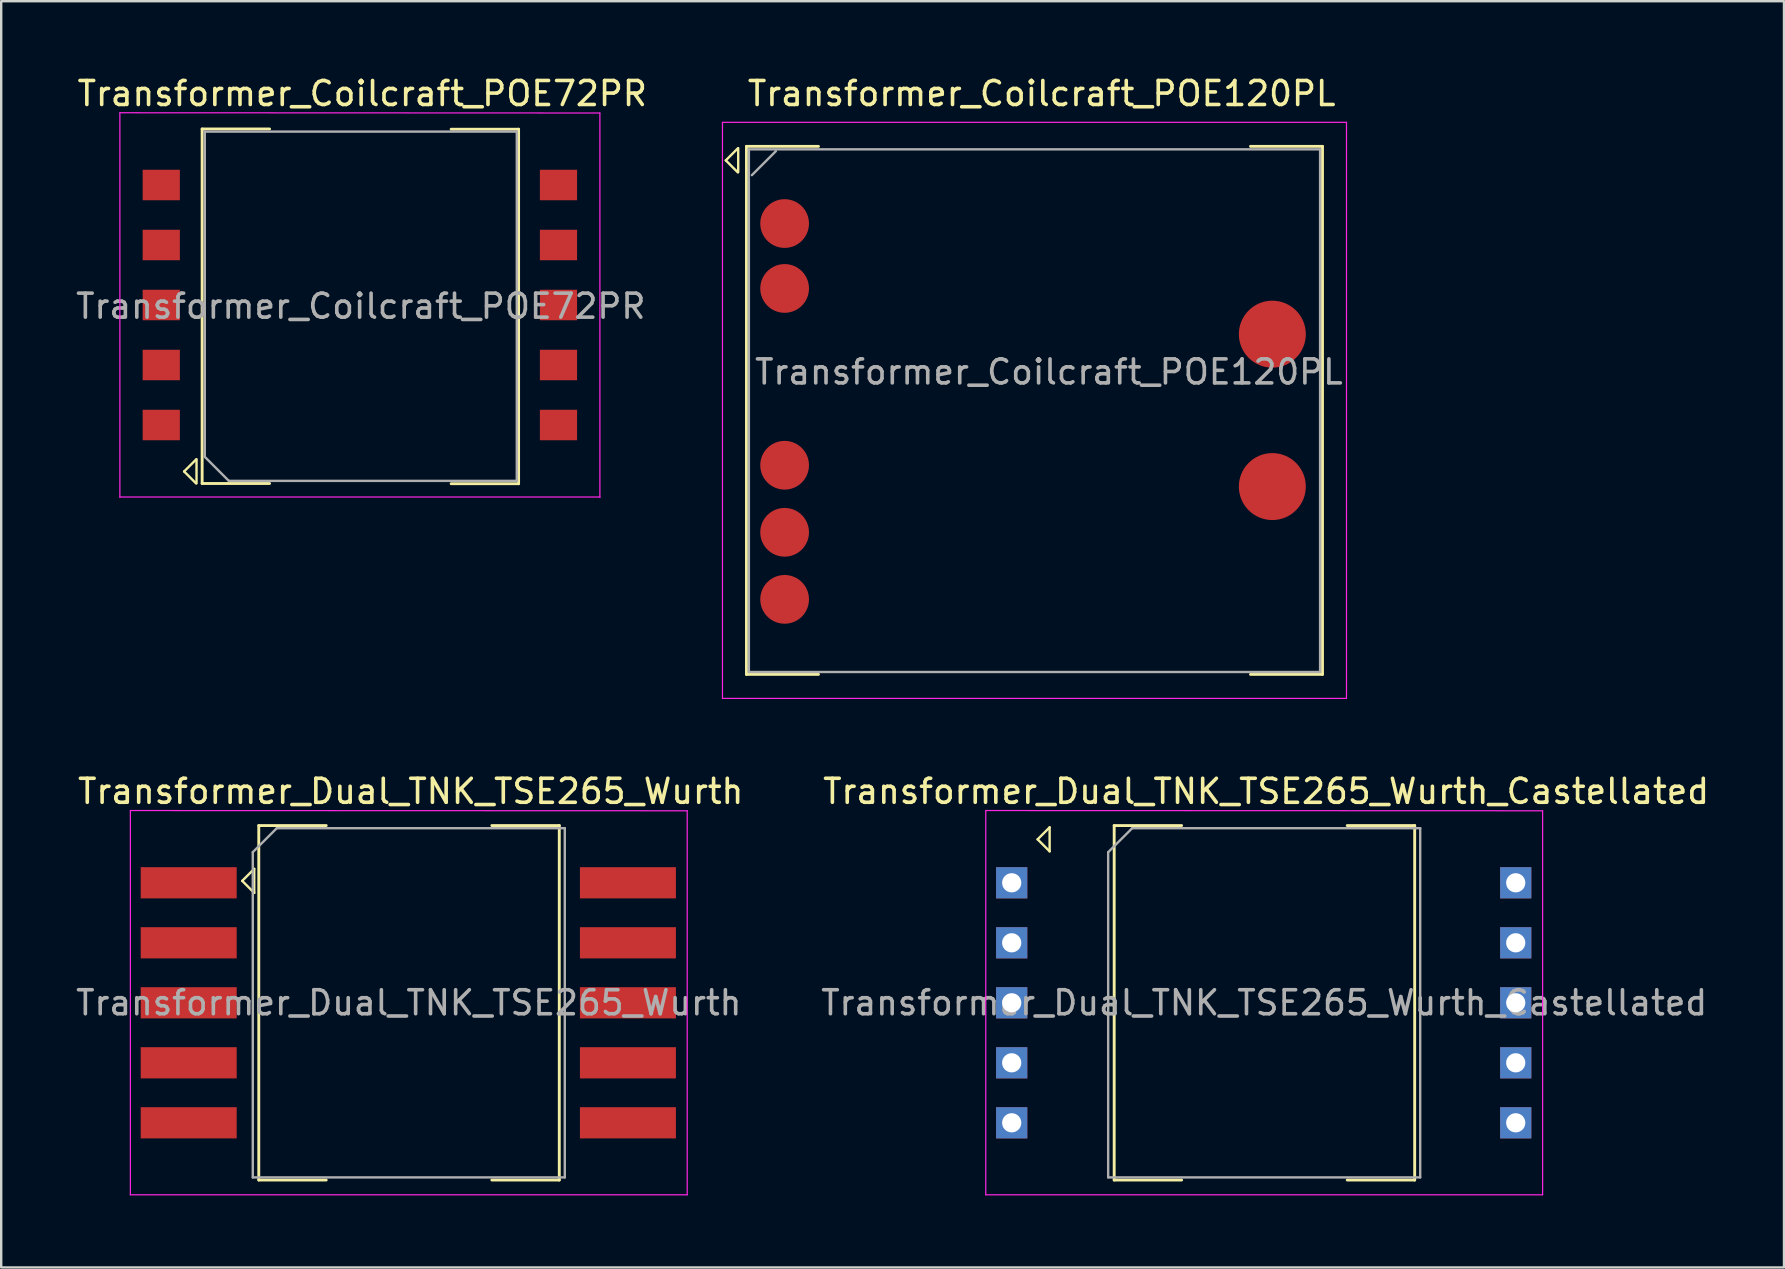
<source format=kicad_pcb>
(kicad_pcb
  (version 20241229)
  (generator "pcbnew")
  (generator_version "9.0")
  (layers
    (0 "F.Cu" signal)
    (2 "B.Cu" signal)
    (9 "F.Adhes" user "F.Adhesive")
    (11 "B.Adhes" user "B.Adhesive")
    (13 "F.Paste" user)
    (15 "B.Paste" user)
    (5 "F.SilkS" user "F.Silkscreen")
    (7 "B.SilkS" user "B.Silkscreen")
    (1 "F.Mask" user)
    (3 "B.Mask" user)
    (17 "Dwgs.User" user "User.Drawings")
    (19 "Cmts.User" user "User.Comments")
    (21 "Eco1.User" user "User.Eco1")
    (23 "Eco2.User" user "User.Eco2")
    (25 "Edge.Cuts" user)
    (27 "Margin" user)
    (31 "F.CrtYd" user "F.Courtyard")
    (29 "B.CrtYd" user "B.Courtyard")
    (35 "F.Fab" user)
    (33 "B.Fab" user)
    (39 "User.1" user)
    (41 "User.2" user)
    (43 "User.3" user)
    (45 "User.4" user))
  (footprint "Transformer_Coilcraft_POE120PL"
    (layer "F.Cu")
    (at 40.051 14.048)
    (property "Reference" "Transformer_Coilcraft_POE120PL" (at 0.3 -13.2 0) (layer "F.SilkS") (effects (font (size 1 1) (thickness 0.15))))
    (attr smd)
    (fp_line (start -12.861 -10.416) (end -12.361 -10.916) (stroke (width 0.1) (type solid)) (layer "F.SilkS"))
    (fp_line (start -12.361 -9.916) (end -12.861 -10.416) (stroke (width 0.1) (type solid)) (layer "F.SilkS"))
    (fp_line (start -12.344 -9.926) (end -12.344 -10.926) (stroke (width 0.1) (type solid)) (layer "F.SilkS"))
    (fp_line (start -12 -11) (end -12 11) (stroke (width 0.12) (type solid)) (layer "F.SilkS"))
    (fp_line (start -12 -11) (end -9 -11) (stroke (width 0.12) (type solid)) (layer "F.SilkS"))
    (fp_line (start -9 11) (end -12 11) (stroke (width 0.12) (type solid)) (layer "F.SilkS"))
    (fp_line (start 9 -11) (end 12 -11) (stroke (width 0.12) (type solid)) (layer "F.SilkS"))
    (fp_line (start 9 11) (end 12 11) (stroke (width 0.12) (type solid)) (layer "F.SilkS"))
    (fp_line (start 12 11) (end 12 -11) (stroke (width 0.12) (type solid)) (layer "F.SilkS"))
    (fp_line (start -13 12) (end -13 -12) (stroke (width 0.05) (type solid)) (layer "F.CrtYd"))
    (fp_line (start -13 12) (end 13 12) (stroke (width 0.05) (type solid)) (layer "F.CrtYd"))
    (fp_line (start 13 -12) (end -13 -12) (stroke (width 0.05) (type solid)) (layer "F.CrtYd"))
    (fp_line (start 13 12) (end 13 -12) (stroke (width 0.05) (type solid)) (layer "F.CrtYd"))
    (fp_line (start -11.9 10.9) (end -11.9 -10.875) (stroke (width 0.1) (type solid)) (layer "F.Fab"))
    (fp_line (start -10.775 -10.8) (end -11.775 -9.8) (stroke (width 0.1) (type solid)) (layer "F.Fab"))
    (fp_line (start 11.9 -10.875) (end -11.9 -10.875) (stroke (width 0.1) (type solid)) (layer "F.Fab"))
    (fp_line (start 11.9 -10.875) (end 11.9 10.9) (stroke (width 0.1) (type solid)) (layer "F.Fab"))
    (fp_line (start 11.9 10.9) (end -11.9 10.9) (stroke (width 0.1) (type solid)) (layer "F.Fab"))
    (fp_text user "${REFERENCE}" (at 0.6 -1.6 0) (layer "F.Fab") (effects (font (size 1 1) (thickness 0.15))))
    (pad "1" smd circle (at -10.41 -7.784 180) (size 2.03 2.03) (layers "F.Cu" "F.Mask" "F.Paste"))
    (pad "2" smd circle (at -10.41 -5.08 180) (size 2.03 2.03) (layers "F.Cu" "F.Mask" "F.Paste"))
    (pad "4" smd circle (at -10.41 2.286 180) (size 2.03 2.03) (layers "F.Cu" "F.Mask" "F.Paste"))
    (pad "5" smd circle (at -10.41 5.08 180) (size 2.03 2.03) (layers "F.Cu" "F.Mask" "F.Paste"))
    (pad "6" smd circle (at -10.41 7.874 180) (size 2.03 2.03) (layers "F.Cu" "F.Mask" "F.Paste"))
    (pad "8" smd circle (at 9.91 3.175 180) (size 2.79 2.79) (layers "F.Cu" "F.Mask" "F.Paste"))
    (pad "10" smd circle (at 9.91 -3.175 180) (size 2.79 2.79) (layers "F.Cu" "F.Mask" "F.Paste")))
  (footprint "Transformer_Dual_TNK_TSE265_Wurth_Castellated"
    (layer "F.Cu")
    (at 49.602 38.731)
    (property "Reference" "Transformer_Dual_TNK_TSE265_Wurth_Castellated" (at 0.1 -8.81 0) (layer "F.SilkS") (effects (font (size 1 1) (thickness 0.15))))
    (attr smd)
    (fp_line (start -9.42 -6.81) (end -8.92 -7.31) (stroke (width 0.1) (type solid)) (layer "F.SilkS"))
    (fp_line (start -8.92 -7.31) (end -8.92 -6.31) (stroke (width 0.1) (type solid)) (layer "F.SilkS"))
    (fp_line (start -8.92 -6.31) (end -9.42 -6.81) (stroke (width 0.1) (type solid)) (layer "F.SilkS"))
    (fp_line (start -6.23 7.385) (end -6.23 -7.385) (stroke (width 0.12) (type solid)) (layer "F.SilkS"))
    (fp_line (start -3.42 -7.385) (end -6.23 -7.385) (stroke (width 0.12) (type solid)) (layer "F.SilkS"))
    (fp_line (start -3.42 7.385) (end -6.23 7.385) (stroke (width 0.12) (type solid)) (layer "F.SilkS"))
    (fp_line (start 3.48 -7.385) (end 6.29 -7.385) (stroke (width 0.12) (type solid)) (layer "F.SilkS"))
    (fp_line (start 3.48 7.385) (end 6.29 7.385) (stroke (width 0.12) (type solid)) (layer "F.SilkS"))
    (fp_line (start 6.29 7.385) (end 6.29 -7.385) (stroke (width 0.12) (type solid)) (layer "F.SilkS"))
    (fp_line (start -11.58 -8.01) (end -11.58 8) (stroke (width 0.05) (type solid)) (layer "F.CrtYd"))
    (fp_line (start -11.58 8) (end 11.62 8) (stroke (width 0.05) (type solid)) (layer "F.CrtYd"))
    (fp_line (start 11.62 -8) (end -11.58 -8.01) (stroke (width 0.05) (type solid)) (layer "F.CrtYd"))
    (fp_line (start 11.62 -8) (end 11.62 8) (stroke (width 0.05) (type solid)) (layer "F.CrtYd"))
    (fp_line (start -6.48 -6.275) (end -6.48 7.275) (stroke (width 0.1) (type solid)) (layer "F.Fab"))
    (fp_line (start -6.48 -6.275) (end -5.48 -7.275) (stroke (width 0.1) (type solid)) (layer "F.Fab"))
    (fp_line (start -6.48 7.275) (end 6.52 7.275) (stroke (width 0.1) (type solid)) (layer "F.Fab"))
    (fp_line (start -5.48 -7.275) (end 6.52 -7.275) (stroke (width 0.1) (type solid)) (layer "F.Fab"))
    (fp_line (start 6.52 7.275) (end 6.52 -7.275) (stroke (width 0.1) (type solid)) (layer "F.Fab"))
    (fp_text user "${REFERENCE}" (at 0.02 0 0) (layer "F.Fab") (effects (font (size 1 1) (thickness 0.15))))
    (pad "1" thru_hole rect (at -10.5 -5) (size 1.3 1.3) (drill 0.8) (layers "*.Cu" "*.Mask"))
    (pad "2" thru_hole rect (at -10.5 -2.5) (size 1.3 1.3) (drill 0.8) (layers "*.Cu" "*.Mask"))
    (pad "3" thru_hole rect (at -10.5 0) (size 1.3 1.3) (drill 0.8) (layers "*.Cu" "*.Mask"))
    (pad "4" thru_hole rect (at -10.5 2.5) (size 1.3 1.3) (drill 0.8) (layers "*.Cu" "*.Mask"))
    (pad "5" thru_hole rect (at -10.5 5) (size 1.3 1.3) (drill 0.8) (layers "*.Cu" "*.Mask"))
    (pad "6" thru_hole rect (at 10.5 5) (size 1.3 1.3) (drill 0.8) (layers "*.Cu" "*.Mask"))
    (pad "7" thru_hole rect (at 10.5 2.5) (size 1.3 1.3) (drill 0.8) (layers "*.Cu" "*.Mask"))
    (pad "8" thru_hole rect (at 10.5 0) (size 1.3 1.3) (drill 0.8) (layers "*.Cu" "*.Mask"))
    (pad "9" thru_hole rect (at 10.5 -2.5) (size 1.3 1.3) (drill 0.8) (layers "*.Cu" "*.Mask"))
    (pad "10" thru_hole rect (at 10.5 -5) (size 1.3 1.3) (drill 0.8) (layers "*.Cu" "*.Mask")))
  (footprint "Transformer_Dual_TNK_TSE265_Wurth"
    (layer "F.Cu")
    (at 13.962 38.731)
    (property "Reference" "Transformer_Dual_TNK_TSE265_Wurth" (at 0.1 -8.81 0) (layer "F.SilkS") (effects (font (size 1 1) (thickness 0.15))))
    (attr smd)
    (fp_line (start -6.92 -5.08) (end -6.42 -5.58) (stroke (width 0.1) (type solid)) (layer "F.SilkS"))
    (fp_line (start -6.42 -5.58) (end -6.42 -4.58) (stroke (width 0.1) (type solid)) (layer "F.SilkS"))
    (fp_line (start -6.42 -4.58) (end -6.92 -5.08) (stroke (width 0.1) (type solid)) (layer "F.SilkS"))
    (fp_line (start -6.23 7.385) (end -6.23 -7.385) (stroke (width 0.12) (type solid)) (layer "F.SilkS"))
    (fp_line (start -3.42 -7.385) (end -6.23 -7.385) (stroke (width 0.12) (type solid)) (layer "F.SilkS"))
    (fp_line (start -3.42 7.385) (end -6.23 7.385) (stroke (width 0.12) (type solid)) (layer "F.SilkS"))
    (fp_line (start 3.48 -7.385) (end 6.29 -7.385) (stroke (width 0.12) (type solid)) (layer "F.SilkS"))
    (fp_line (start 3.48 7.385) (end 6.29 7.385) (stroke (width 0.12) (type solid)) (layer "F.SilkS"))
    (fp_line (start 6.29 7.385) (end 6.29 -7.385) (stroke (width 0.12) (type solid)) (layer "F.SilkS"))
    (fp_line (start -11.58 -8.01) (end -11.58 8) (stroke (width 0.05) (type solid)) (layer "F.CrtYd"))
    (fp_line (start -11.58 8) (end 11.62 8) (stroke (width 0.05) (type solid)) (layer "F.CrtYd"))
    (fp_line (start 11.62 -8) (end -11.58 -8.01) (stroke (width 0.05) (type solid)) (layer "F.CrtYd"))
    (fp_line (start 11.62 -8) (end 11.62 8) (stroke (width 0.05) (type solid)) (layer "F.CrtYd"))
    (fp_line (start -6.48 -6.275) (end -6.48 7.275) (stroke (width 0.1) (type solid)) (layer "F.Fab"))
    (fp_line (start -6.48 -6.275) (end -5.48 -7.275) (stroke (width 0.1) (type solid)) (layer "F.Fab"))
    (fp_line (start -6.48 7.275) (end 6.52 7.275) (stroke (width 0.1) (type solid)) (layer "F.Fab"))
    (fp_line (start -5.48 -7.275) (end 6.52 -7.275) (stroke (width 0.1) (type solid)) (layer "F.Fab"))
    (fp_line (start 6.52 7.275) (end 6.52 -7.275) (stroke (width 0.1) (type solid)) (layer "F.Fab"))
    (fp_text user "${REFERENCE}" (at 0.02 0 0) (layer "F.Fab") (effects (font (size 1 1) (thickness 0.15))))
    (pad "1" smd rect (at -9.15 -5) (size 4 1.3) (layers "F.Cu" "F.Mask" "F.Paste"))
    (pad "2" smd rect (at -9.15 -2.5) (size 4 1.3) (layers "F.Cu" "F.Mask" "F.Paste"))
    (pad "3" smd rect (at -9.15 0) (size 4 1.3) (layers "F.Cu" "F.Mask" "F.Paste"))
    (pad "4" smd rect (at -9.15 2.5) (size 4 1.3) (layers "F.Cu" "F.Mask" "F.Paste"))
    (pad "5" smd rect (at -9.15 5) (size 4 1.3) (layers "F.Cu" "F.Mask" "F.Paste"))
    (pad "6" smd rect (at 9.15 5) (size 4 1.3) (layers "F.Cu" "F.Mask" "F.Paste"))
    (pad "7" smd rect (at 9.15 2.5) (size 4 1.3) (layers "F.Cu" "F.Mask" "F.Paste"))
    (pad "8" smd rect (at 9.15 0) (size 4 1.3) (layers "F.Cu" "F.Mask" "F.Paste"))
    (pad "9" smd rect (at 9.15 -2.5) (size 4 1.3) (layers "F.Cu" "F.Mask" "F.Paste"))
    (pad "10" smd rect (at 9.15 -5) (size 4 1.3) (layers "F.Cu" "F.Mask" "F.Paste")))
  (footprint "Transformer_Coilcraft_POE72PR"
    (layer "F.Cu")
    (at 11.944 9.658)
    (property "Reference" "Transformer_Coilcraft_POE72PR" (at 0.1 -8.81 0) (layer "F.SilkS") (effects (font (size 1 1) (thickness 0.15))))
    (attr smd)
    (fp_line (start -7.323 6.935) (end -6.823 6.435) (stroke (width 0.1) (type solid)) (layer "F.SilkS"))
    (fp_line (start -6.823 7.435) (end -7.323 6.935) (stroke (width 0.1) (type solid)) (layer "F.SilkS"))
    (fp_line (start -6.806 7.425) (end -6.806 6.425) (stroke (width 0.1) (type solid)) (layer "F.SilkS"))
    (fp_line (start -6.572 -7.334) (end -6.572 7.436) (stroke (width 0.12) (type solid)) (layer "F.SilkS"))
    (fp_line (start -3.762 -7.334) (end -6.572 -7.334) (stroke (width 0.12) (type solid)) (layer "F.SilkS"))
    (fp_line (start -3.762 7.436) (end -6.572 7.436) (stroke (width 0.12) (type solid)) (layer "F.SilkS"))
    (fp_line (start 3.803 -7.324) (end 6.613 -7.324) (stroke (width 0.12) (type solid)) (layer "F.SilkS"))
    (fp_line (start 3.803 7.446) (end 6.613 7.446) (stroke (width 0.12) (type solid)) (layer "F.SilkS"))
    (fp_line (start 6.613 7.446) (end 6.613 -7.324) (stroke (width 0.12) (type solid)) (layer "F.SilkS"))
    (fp_line (start -10 -8.01) (end -10 8.01) (stroke (width 0.05) (type solid)) (layer "F.CrtYd"))
    (fp_line (start -10 8) (end 10 8) (stroke (width 0.05) (type solid)) (layer "F.CrtYd"))
    (fp_line (start 10 -8) (end -10 -8.01) (stroke (width 0.05) (type solid)) (layer "F.CrtYd"))
    (fp_line (start 10 -8) (end 10 8.02) (stroke (width 0.05) (type solid)) (layer "F.CrtYd"))
    (fp_line (start -6.462 -7.224) (end 6.538 -7.224) (stroke (width 0.1) (type solid)) (layer "F.Fab"))
    (fp_line (start -6.462 6.326) (end -6.462 -7.224) (stroke (width 0.1) (type solid)) (layer "F.Fab"))
    (fp_line (start -6.462 6.326) (end -5.462 7.326) (stroke (width 0.1) (type solid)) (layer "F.Fab"))
    (fp_line (start -5.462 7.326) (end 6.538 7.326) (stroke (width 0.1) (type solid)) (layer "F.Fab"))
    (fp_line (start 6.538 -7.224) (end 6.538 7.326) (stroke (width 0.1) (type solid)) (layer "F.Fab"))
    (fp_text user "${REFERENCE}" (at 0.038 0.051 180) (layer "F.Fab") (effects (font (size 1 1) (thickness 0.15))))
    (pad "1" smd rect (at -8.275 5) (size 1.55 1.27) (layers "F.Cu" "F.Mask" "F.Paste"))
    (pad "2" smd rect (at -8.275 2.5) (size 1.55 1.27) (layers "F.Cu" "F.Mask" "F.Paste"))
    (pad "3" smd rect (at -8.275 0) (size 1.55 1.27) (layers "F.Cu" "F.Mask" "F.Paste"))
    (pad "4" smd rect (at -8.275 -2.5) (size 1.55 1.27) (layers "F.Cu" "F.Mask" "F.Paste"))
    (pad "5" smd rect (at -8.275 -5) (size 1.55 1.27) (layers "F.Cu" "F.Mask" "F.Paste"))
    (pad "6" smd rect (at 8.275 -5) (size 1.55 1.27) (layers "F.Cu" "F.Mask" "F.Paste"))
    (pad "7" smd rect (at 8.275 -2.5) (size 1.55 1.27) (layers "F.Cu" "F.Mask" "F.Paste"))
    (pad "8" smd rect (at 8.275 0) (size 1.55 1.27) (layers "F.Cu" "F.Mask" "F.Paste"))
    (pad "9" smd rect (at 8.275 2.5) (size 1.55 1.27) (layers "F.Cu" "F.Mask" "F.Paste"))
    (pad "10" smd rect (at 8.275 5) (size 1.55 1.27) (layers "F.Cu" "F.Mask" "F.Paste")))
  (gr_rect
    (start -3 -3)
    (end 71.279 49.757)
    (stroke (width 0.1) (type default))
    (fill no)
    (layer "Edge.Cuts")))
</source>
